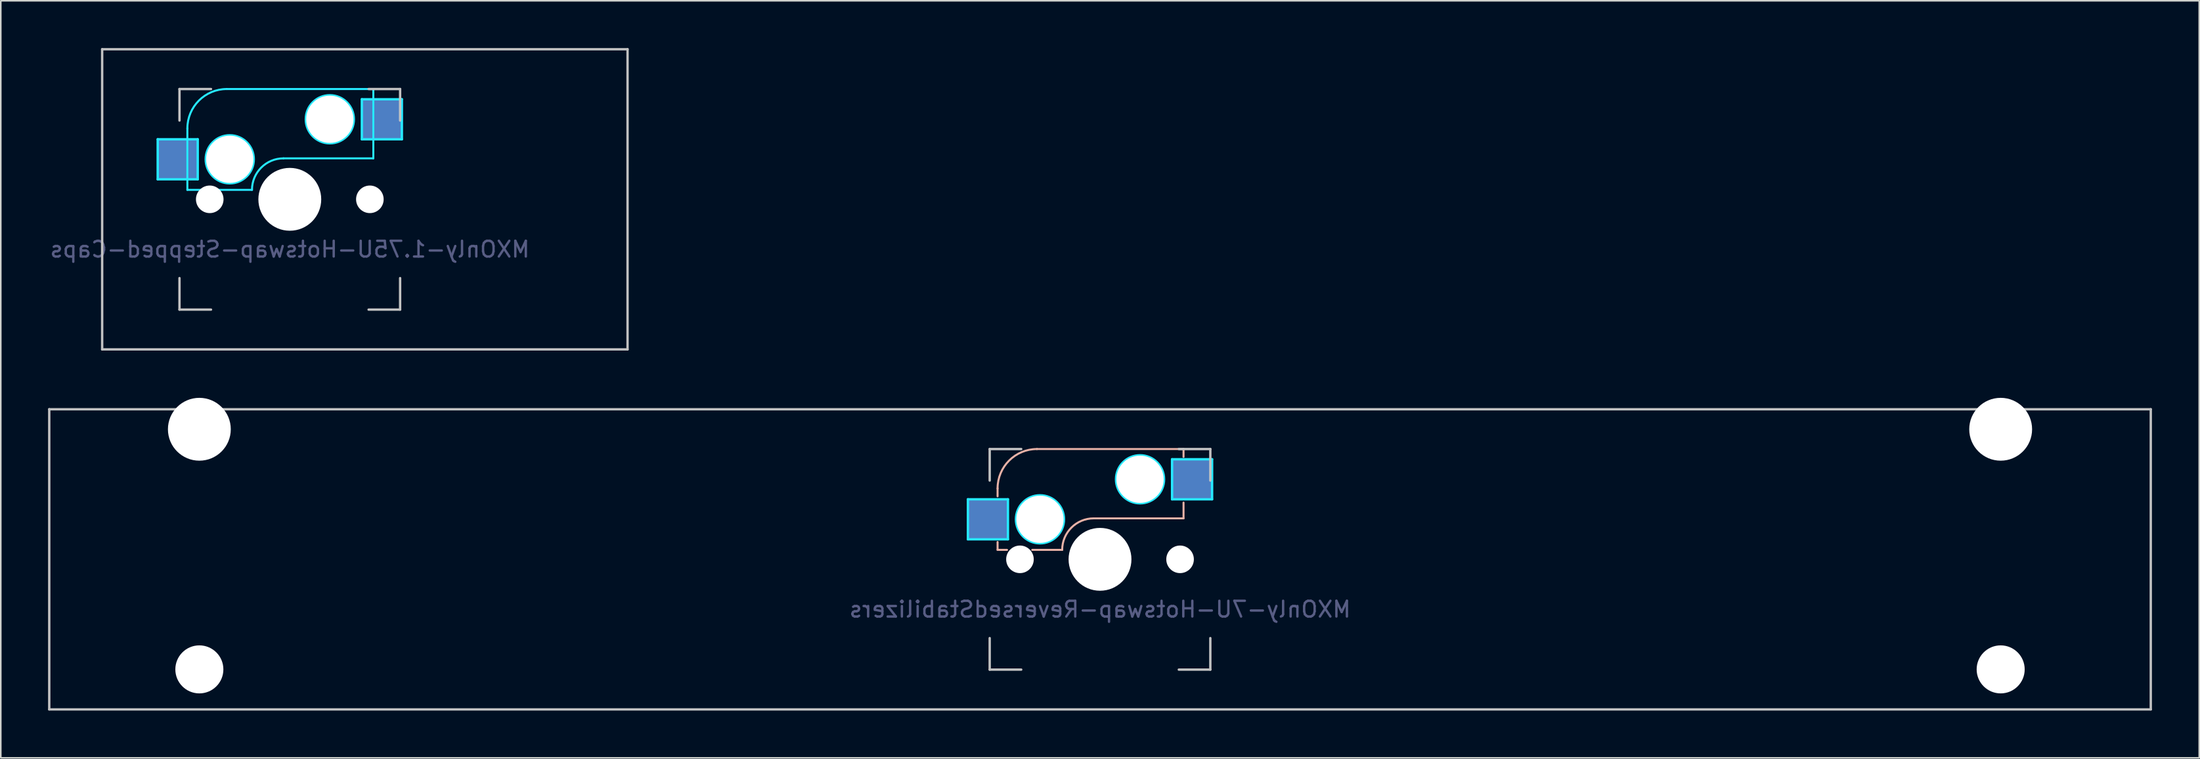
<source format=kicad_pcb>
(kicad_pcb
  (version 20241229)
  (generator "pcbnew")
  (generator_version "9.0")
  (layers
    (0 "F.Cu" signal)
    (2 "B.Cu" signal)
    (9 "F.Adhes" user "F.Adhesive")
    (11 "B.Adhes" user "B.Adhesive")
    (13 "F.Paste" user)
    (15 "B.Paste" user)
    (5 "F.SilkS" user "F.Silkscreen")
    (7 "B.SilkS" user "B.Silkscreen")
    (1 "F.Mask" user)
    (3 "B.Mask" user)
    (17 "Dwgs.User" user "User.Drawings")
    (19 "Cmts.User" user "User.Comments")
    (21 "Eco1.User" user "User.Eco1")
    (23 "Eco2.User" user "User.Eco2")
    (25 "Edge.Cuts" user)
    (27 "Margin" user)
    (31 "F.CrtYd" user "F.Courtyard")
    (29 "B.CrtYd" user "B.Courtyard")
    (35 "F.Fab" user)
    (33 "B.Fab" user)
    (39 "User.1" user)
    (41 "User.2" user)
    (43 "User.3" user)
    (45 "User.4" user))
  (footprint "MXOnly-1.75U-Hotswap-Stepped-Caps"
    (layer "F.Cu")
    (at 20.102 9.6)
    (property "Reference" "MXOnly-1.75U-Hotswap-Stepped-Caps" (at -4.763 3.175 0) (layer "B.Fab") (effects (font (size 1 1) (thickness 0.15)) (justify mirror)))
    (attr smd)
    (fp_line (start -16.669 -9.525) (end 16.669 -9.525) (stroke (width 0.15) (type solid)) (layer "Dwgs.User"))
    (fp_line (start -16.669 9.525) (end -16.669 -9.525) (stroke (width 0.15) (type solid)) (layer "Dwgs.User"))
    (fp_line (start -11.763 -7) (end -11.763 -5) (stroke (width 0.15) (type solid)) (layer "Dwgs.User"))
    (fp_line (start -11.763 5) (end -11.763 7) (stroke (width 0.15) (type solid)) (layer "Dwgs.User"))
    (fp_line (start -11.763 7) (end -9.763 7) (stroke (width 0.15) (type solid)) (layer "Dwgs.User"))
    (fp_line (start -9.763 -7) (end -11.763 -7) (stroke (width 0.15) (type solid)) (layer "Dwgs.User"))
    (fp_line (start 0.237 -7) (end 2.237 -7) (stroke (width 0.15) (type solid)) (layer "Dwgs.User"))
    (fp_line (start 0.237 7) (end 2.237 7) (stroke (width 0.15) (type solid)) (layer "Dwgs.User"))
    (fp_line (start 2.237 -7) (end 2.237 -5) (stroke (width 0.15) (type solid)) (layer "Dwgs.User"))
    (fp_line (start 2.237 7) (end 2.237 5) (stroke (width 0.15) (type solid)) (layer "Dwgs.User"))
    (fp_line (start 16.669 -9.525) (end 16.669 9.525) (stroke (width 0.15) (type solid)) (layer "Dwgs.User"))
    (fp_line (start 16.669 9.525) (end -16.669 9.525) (stroke (width 0.15) (type solid)) (layer "Dwgs.User"))
    (fp_line (start -13.145 -3.81) (end -10.605 -3.81) (stroke (width 0.15) (type solid)) (layer "B.CrtYd"))
    (fp_line (start -13.145 -1.27) (end -13.145 -3.81) (stroke (width 0.15) (type solid)) (layer "B.CrtYd"))
    (fp_line (start -11.263 -4.5) (end -11.263 -0.6) (stroke (width 0.127) (type solid)) (layer "B.CrtYd"))
    (fp_line (start -11.263 -0.6) (end -7.163 -0.6) (stroke (width 0.127) (type solid)) (layer "B.CrtYd"))
    (fp_line (start -10.605 -3.81) (end -10.605 -1.27) (stroke (width 0.15) (type solid)) (layer "B.CrtYd"))
    (fp_line (start -10.605 -1.27) (end -13.145 -1.27) (stroke (width 0.15) (type solid)) (layer "B.CrtYd"))
    (fp_line (start -5.163 -2.6) (end 0.537 -2.6) (stroke (width 0.127) (type solid)) (layer "B.CrtYd"))
    (fp_line (start -0.191 -6.35) (end 2.349 -6.35) (stroke (width 0.15) (type solid)) (layer "B.CrtYd"))
    (fp_line (start -0.191 -3.81) (end -0.191 -6.35) (stroke (width 0.15) (type solid)) (layer "B.CrtYd"))
    (fp_line (start 0.537 -7) (end -8.763 -7) (stroke (width 0.127) (type solid)) (layer "B.CrtYd"))
    (fp_line (start 0.537 -7) (end 0.537 -2.6) (stroke (width 0.127) (type solid)) (layer "B.CrtYd"))
    (fp_line (start 2.349 -6.35) (end 2.349 -3.81) (stroke (width 0.15) (type solid)) (layer "B.CrtYd"))
    (fp_line (start 2.349 -3.81) (end -0.191 -3.81) (stroke (width 0.15) (type solid)) (layer "B.CrtYd"))
    (fp_arc (start -11.262504 -4.5) (mid -10.530271 -6.267767) (end -8.762504 -7) (stroke (width 0.127) (type solid)) (layer "B.CrtYd"))
    (fp_arc (start -7.162504 -0.6) (mid -6.576718 -2.014214) (end -5.162504 -2.6) (stroke (width 0.127) (type solid)) (layer "B.CrtYd"))
    (fp_circle (center -8.573 -2.54) (end -8.573 -4.064) (stroke (width 0.15) (type solid)) (fill no) (layer "B.CrtYd"))
    (fp_circle (center -2.223 -5.08) (end -2.223 -6.604) (stroke (width 0.15) (type solid)) (fill no) (layer "B.CrtYd"))
    (pad "" np_thru_hole circle (at -9.843 0 48.1) (size 1.75 1.75) (drill 1.75) (layers "*.Cu" "*.Mask"))
    (pad "" np_thru_hole circle (at -8.573 -2.54) (size 3 3) (drill 3) (layers "*.Cu" "*.Mask"))
    (pad "" np_thru_hole circle (at -4.763 0) (size 3.988 3.988) (drill 3.988) (layers "*.Cu" "*.Mask"))
    (pad "" np_thru_hole circle (at -2.223 -5.08) (size 3 3) (drill 3) (layers "*.Cu" "*.Mask"))
    (pad "" np_thru_hole circle (at 0.317 0 48.1) (size 1.75 1.75) (drill 1.75) (layers "*.Cu" "*.Mask"))
    (pad "1" smd rect (at -11.848 -2.54) (size 2.55 2.5) (layers "B.Cu" "B.Mask" "B.Paste"))
    (pad "2" smd rect (at 1.079 -5.08) (size 2.55 2.5) (layers "B.Cu" "B.Mask" "B.Paste")))
  (footprint "MXOnly-7U-Hotswap-ReversedStabilizers"
    (layer "F.Cu")
    (at 66.75 32.449)
    (property "Reference" "MXOnly-7U-Hotswap-ReversedStabilizers" (at 0 3.175 0) (layer "B.Fab") (effects (font (size 1 1) (thickness 0.15)) (justify mirror)))
    (attr smd)
    (fp_line (start -6.5 -4.5) (end -6.5 -4) (stroke (width 0.127) (type solid)) (layer "B.SilkS"))
    (fp_line (start -6.5 -1.1) (end -6.5 -0.6) (stroke (width 0.127) (type solid)) (layer "B.SilkS"))
    (fp_line (start -6.5 -0.6) (end -5.9 -0.6) (stroke (width 0.127) (type solid)) (layer "B.SilkS"))
    (fp_line (start -4.3 -0.6) (end -2.4 -0.6) (stroke (width 0.127) (type solid)) (layer "B.SilkS"))
    (fp_line (start -0.4 -2.6) (end 5.3 -2.6) (stroke (width 0.127) (type solid)) (layer "B.SilkS"))
    (fp_line (start 5.3 -7) (end -4 -7) (stroke (width 0.127) (type solid)) (layer "B.SilkS"))
    (fp_line (start 5.3 -7) (end 5.3 -6.5) (stroke (width 0.127) (type solid)) (layer "B.SilkS"))
    (fp_line (start 5.3 -3.6) (end 5.3 -2.6) (stroke (width 0.127) (type solid)) (layer "B.SilkS"))
    (fp_arc (start -6.5 -4.5) (mid -5.767767 -6.267767) (end -4 -7) (stroke (width 0.127) (type solid)) (layer "B.SilkS"))
    (fp_arc (start -2.4 -0.6) (mid -1.814214 -2.014214) (end -0.4 -2.6) (stroke (width 0.127) (type solid)) (layer "B.SilkS"))
    (fp_line (start -66.675 -9.525) (end 66.675 -9.525) (stroke (width 0.15) (type solid)) (layer "Dwgs.User"))
    (fp_line (start -66.675 9.525) (end -66.675 -9.525) (stroke (width 0.15) (type solid)) (layer "Dwgs.User"))
    (fp_line (start -7 -7) (end -7 -5) (stroke (width 0.15) (type solid)) (layer "Dwgs.User"))
    (fp_line (start -7 5) (end -7 7) (stroke (width 0.15) (type solid)) (layer "Dwgs.User"))
    (fp_line (start -7 7) (end -5 7) (stroke (width 0.15) (type solid)) (layer "Dwgs.User"))
    (fp_line (start -5 -7) (end -7 -7) (stroke (width 0.15) (type solid)) (layer "Dwgs.User"))
    (fp_line (start 5 -7) (end 7 -7) (stroke (width 0.15) (type solid)) (layer "Dwgs.User"))
    (fp_line (start 5 7) (end 7 7) (stroke (width 0.15) (type solid)) (layer "Dwgs.User"))
    (fp_line (start 7 -7) (end 7 -5) (stroke (width 0.15) (type solid)) (layer "Dwgs.User"))
    (fp_line (start 7 7) (end 7 5) (stroke (width 0.15) (type solid)) (layer "Dwgs.User"))
    (fp_line (start 66.675 -9.525) (end 66.675 9.525) (stroke (width 0.15) (type solid)) (layer "Dwgs.User"))
    (fp_line (start 66.675 9.525) (end -66.675 9.525) (stroke (width 0.15) (type solid)) (layer "Dwgs.User"))
    (fp_line (start -8.382 -3.81) (end -5.842 -3.81) (stroke (width 0.15) (type solid)) (layer "B.CrtYd"))
    (fp_line (start -8.382 -1.27) (end -8.382 -3.81) (stroke (width 0.15) (type solid)) (layer "B.CrtYd"))
    (fp_line (start -5.842 -3.81) (end -5.842 -1.27) (stroke (width 0.15) (type solid)) (layer "B.CrtYd"))
    (fp_line (start -5.842 -1.27) (end -8.382 -1.27) (stroke (width 0.15) (type solid)) (layer "B.CrtYd"))
    (fp_line (start 4.572 -6.35) (end 7.112 -6.35) (stroke (width 0.15) (type solid)) (layer "B.CrtYd"))
    (fp_line (start 4.572 -3.81) (end 4.572 -6.35) (stroke (width 0.15) (type solid)) (layer "B.CrtYd"))
    (fp_line (start 7.112 -6.35) (end 7.112 -3.81) (stroke (width 0.15) (type solid)) (layer "B.CrtYd"))
    (fp_line (start 7.112 -3.81) (end 4.572 -3.81) (stroke (width 0.15) (type solid)) (layer "B.CrtYd"))
    (fp_circle (center -3.81 -2.54) (end -3.81 -4.064) (stroke (width 0.15) (type solid)) (fill no) (layer "B.CrtYd"))
    (fp_circle (center 2.54 -5.08) (end 2.54 -6.604) (stroke (width 0.15) (type solid)) (fill no) (layer "B.CrtYd"))
    (pad "" np_thru_hole circle (at -57.15 -8.255) (size 3.988 3.988) (drill 3.988) (layers "*.Cu" "*.Mask"))
    (pad "" np_thru_hole circle (at -57.15 6.985) (size 3.048 3.048) (drill 3.048) (layers "*.Cu" "*.Mask"))
    (pad "" np_thru_hole circle (at -5.08 0 48.1) (size 1.75 1.75) (drill 1.75) (layers "*.Cu" "*.Mask"))
    (pad "" np_thru_hole circle (at -3.81 -2.54) (size 3 3) (drill 3) (layers "*.Cu" "*.Mask"))
    (pad "" np_thru_hole circle (at 0 0) (size 3.988 3.988) (drill 3.988) (layers "*.Cu" "*.Mask"))
    (pad "" np_thru_hole circle (at 2.54 -5.08) (size 3 3) (drill 3) (layers "*.Cu" "*.Mask"))
    (pad "" np_thru_hole circle (at 5.08 0 48.1) (size 1.75 1.75) (drill 1.75) (layers "*.Cu" "*.Mask"))
    (pad "" np_thru_hole circle (at 57.15 -8.255) (size 3.988 3.988) (drill 3.988) (layers "*.Cu" "*.Mask"))
    (pad "" np_thru_hole circle (at 57.15 6.985) (size 3.048 3.048) (drill 3.048) (layers "*.Cu" "*.Mask"))
    (pad "1" smd rect (at -7.085 -2.54) (size 2.55 2.5) (layers "B.Cu" "B.Mask" "B.Paste"))
    (pad "2" smd rect (at 5.842 -5.08) (size 2.55 2.5) (layers "B.Cu" "B.Mask" "B.Paste")))
  (gr_rect
    (start -3 -3)
    (end 136.5 45.049)
    (stroke (width 0.1) (type default))
    (fill no)
    (layer "Edge.Cuts")))
</source>
